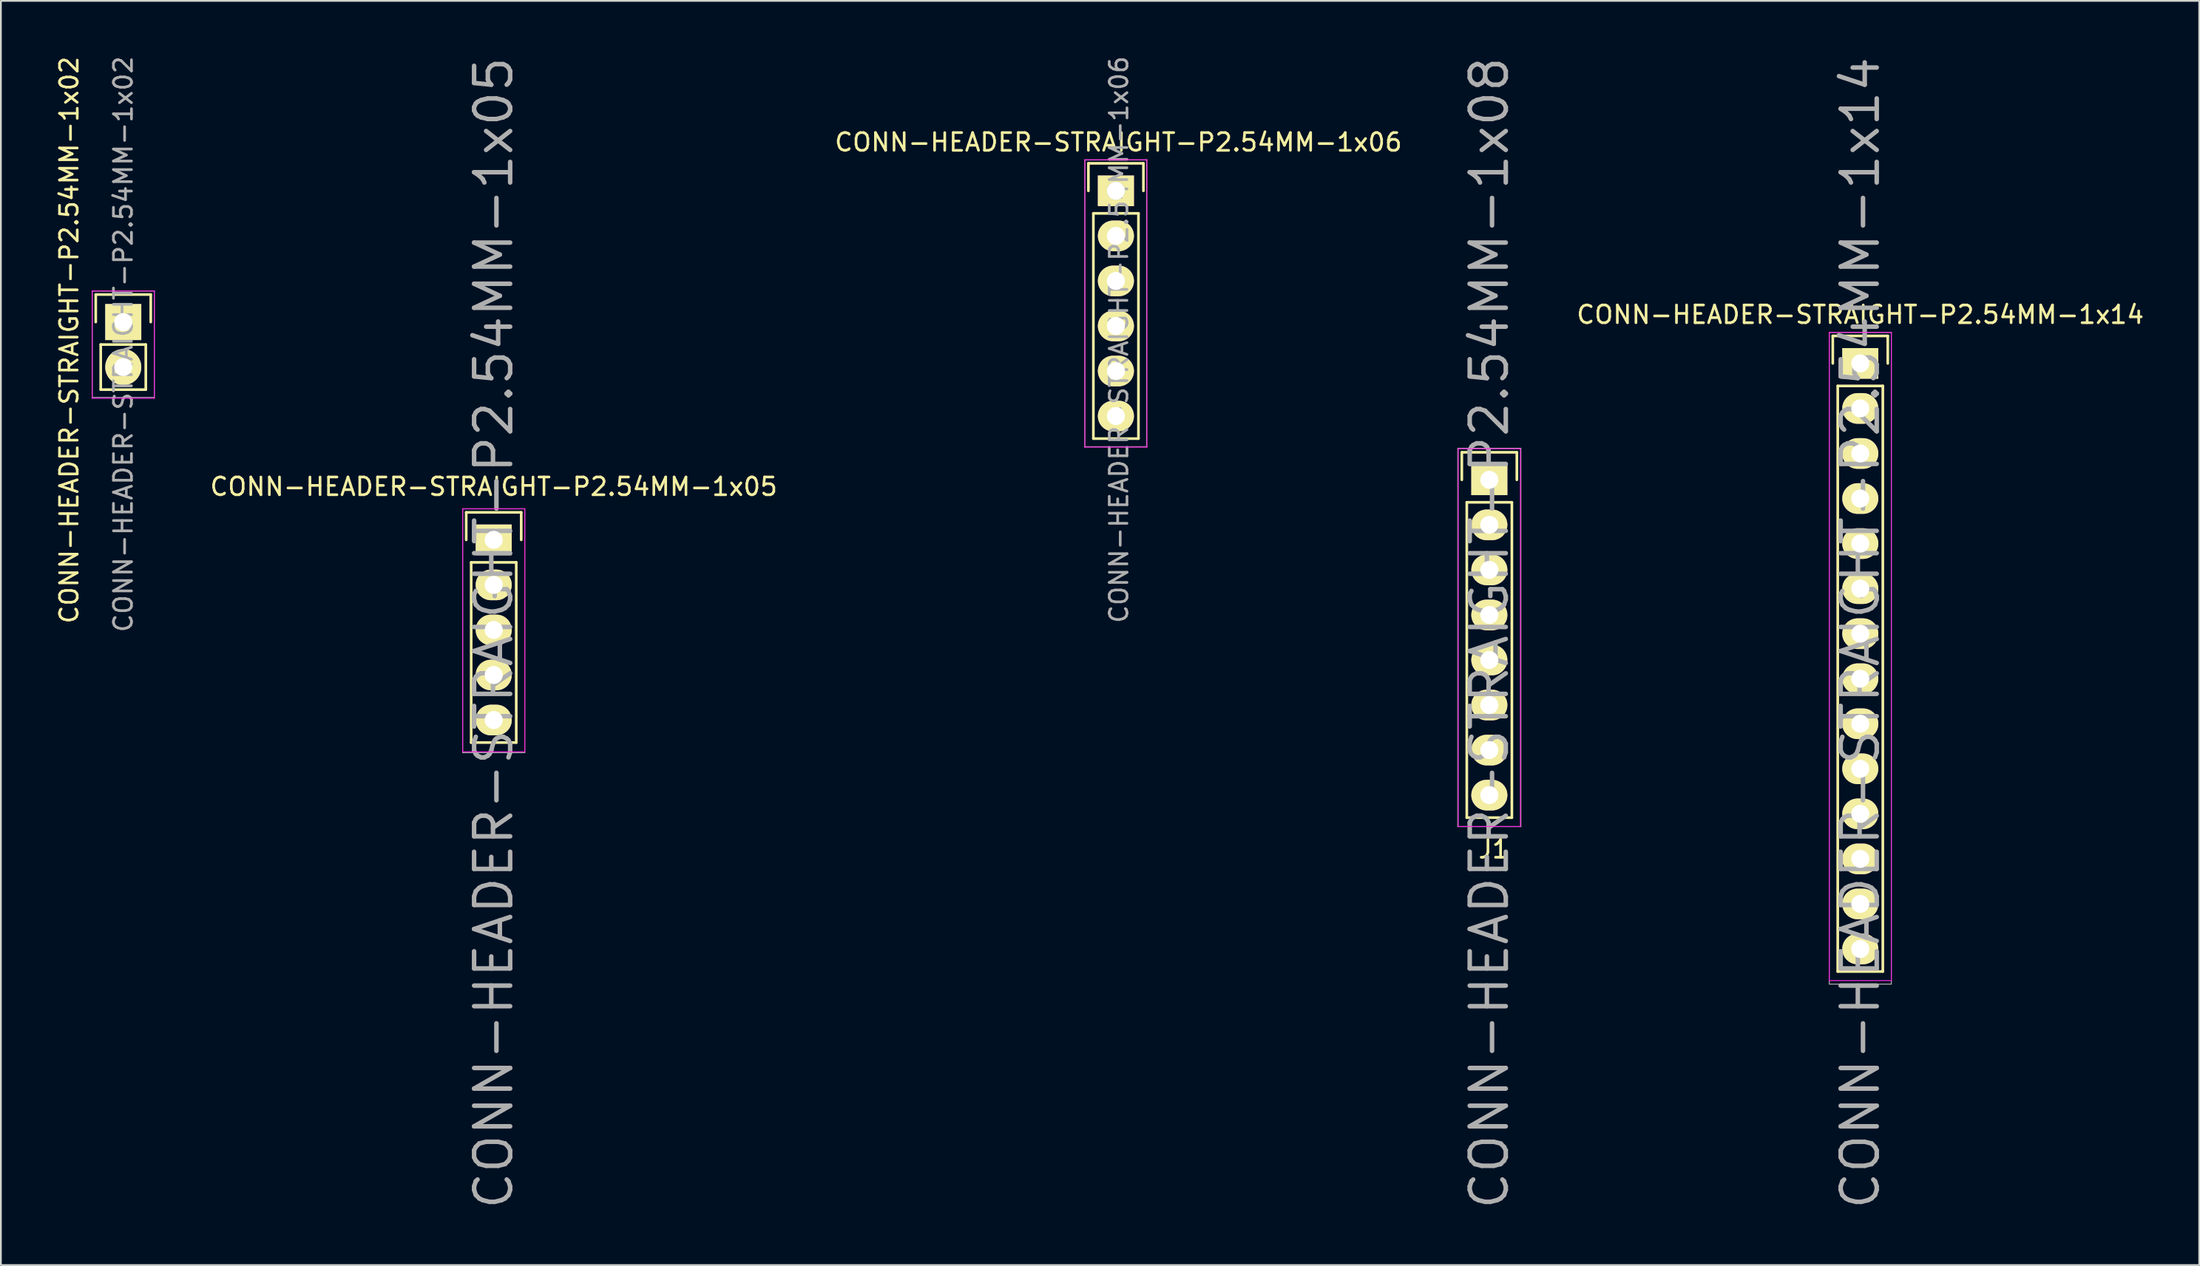
<source format=kicad_pcb>
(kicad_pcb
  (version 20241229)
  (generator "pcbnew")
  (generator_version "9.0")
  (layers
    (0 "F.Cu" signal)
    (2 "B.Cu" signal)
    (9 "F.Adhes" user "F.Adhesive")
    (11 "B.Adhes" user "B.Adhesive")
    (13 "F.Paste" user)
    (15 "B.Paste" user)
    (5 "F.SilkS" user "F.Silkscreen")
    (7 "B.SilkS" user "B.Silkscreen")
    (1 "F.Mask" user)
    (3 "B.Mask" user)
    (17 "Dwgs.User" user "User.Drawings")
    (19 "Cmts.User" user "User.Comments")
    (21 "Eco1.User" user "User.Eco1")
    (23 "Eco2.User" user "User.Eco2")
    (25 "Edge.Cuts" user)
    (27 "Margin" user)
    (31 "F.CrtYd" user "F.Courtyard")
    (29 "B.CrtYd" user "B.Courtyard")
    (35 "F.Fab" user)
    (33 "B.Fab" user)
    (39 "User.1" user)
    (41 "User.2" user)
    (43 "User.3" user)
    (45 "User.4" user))
  (footprint "CONN-HEADER-STRAIGHT-P2.54MM-1x08"
    (layer "F.Cu")
    (at 80.879 24.005)
    (property "Reference" "CONN-HEADER-STRAIGHT-P2.54MM-1x08" (at 0 8.636 90) (layer "F.Fab") (effects (font (size 2.032 2.032) (thickness 0.254))))
    (attr through_hole)
    (fp_line (start -1.55 -1.55) (end 1.55 -1.55) (stroke (width 0.15) (type solid)) (layer "F.SilkS"))
    (fp_line (start -1.55 0) (end -1.55 -1.55) (stroke (width 0.15) (type solid)) (layer "F.SilkS"))
    (fp_line (start -1.27 19.05) (end -1.27 1.27) (stroke (width 0.15) (type solid)) (layer "F.SilkS"))
    (fp_line (start 1.27 1.27) (end -1.27 1.27) (stroke (width 0.15) (type solid)) (layer "F.SilkS"))
    (fp_line (start 1.27 1.27) (end 1.27 19.05) (stroke (width 0.15) (type solid)) (layer "F.SilkS"))
    (fp_line (start 1.27 19.05) (end -1.27 19.05) (stroke (width 0.15) (type solid)) (layer "F.SilkS"))
    (fp_line (start 1.55 -1.55) (end 1.55 0) (stroke (width 0.15) (type solid)) (layer "F.SilkS"))
    (fp_line (start -1.75 -1.75) (end -1.75 19.55) (stroke (width 0.05) (type solid)) (layer "F.CrtYd"))
    (fp_line (start -1.75 -1.75) (end 1.75 -1.75) (stroke (width 0.05) (type solid)) (layer "F.CrtYd"))
    (fp_line (start -1.75 19.55) (end 1.75 19.55) (stroke (width 0.05) (type solid)) (layer "F.CrtYd"))
    (fp_line (start 1.75 -1.75) (end 1.75 19.55) (stroke (width 0.05) (type solid)) (layer "F.CrtYd"))
    (fp_line (start -1.778 -1.778) (end 1.778 -1.778) (stroke (width 0.05) (type solid)) (layer "F.Fab"))
    (fp_line (start -1.778 19.558) (end -1.778 -1.778) (stroke (width 0.05) (type solid)) (layer "F.Fab"))
    (fp_line (start 1.778 -1.778) (end 1.778 19.558) (stroke (width 0.05) (type solid)) (layer "F.Fab"))
    (fp_line (start 1.778 19.558) (end -1.778 19.558) (stroke (width 0.05) (type solid)) (layer "F.Fab"))
    (fp_text user "J1" (at 0.254 20.828 0) (layer "F.SilkS") (effects (font (size 1 1) (thickness 0.15))))
    (pad "1" thru_hole rect (at 0 0) (size 2.032 1.727) (drill 1.016) (layers "*.Cu" "*.Mask" "F.SilkS"))
    (pad "2" thru_hole oval (at 0 2.54) (size 2.032 1.727) (drill 1.016) (layers "*.Cu" "*.Mask" "F.SilkS"))
    (pad "3" thru_hole oval (at 0 5.08) (size 2.032 1.727) (drill 1.016) (layers "*.Cu" "*.Mask" "F.SilkS"))
    (pad "4" thru_hole oval (at 0 7.62) (size 2.032 1.727) (drill 1.016) (layers "*.Cu" "*.Mask" "F.SilkS"))
    (pad "5" thru_hole oval (at 0 10.16) (size 2.032 1.727) (drill 1.016) (layers "*.Cu" "*.Mask" "F.SilkS"))
    (pad "6" thru_hole oval (at 0 12.7) (size 2.032 1.727) (drill 1.016) (layers "*.Cu" "*.Mask" "F.SilkS"))
    (pad "7" thru_hole oval (at 0 15.24) (size 2.032 1.727) (drill 1.016) (layers "*.Cu" "*.Mask" "F.SilkS"))
    (pad "8" thru_hole oval (at 0 17.78) (size 2.032 1.727) (drill 1.016) (layers "*.Cu" "*.Mask" "F.SilkS")))
  (footprint "CONN-HEADER-STRAIGHT-P2.54MM-1x02"
    (layer "F.Cu")
    (at 3.896 15.109)
    (property "Reference" "CONN-HEADER-STRAIGHT-P2.54MM-1x02" (at 0 1.25 90) (layer "F.Fab") (effects (font (size 1.016 1.016) (thickness 0.152))))
    (attr through_hole)
    (fp_line (start -1.55 -1.55) (end 1.55 -1.55) (stroke (width 0.15) (type solid)) (layer "F.SilkS"))
    (fp_line (start -1.55 0) (end -1.55 -1.55) (stroke (width 0.15) (type solid)) (layer "F.SilkS"))
    (fp_line (start -1.27 1.27) (end -1.27 3.81) (stroke (width 0.15) (type solid)) (layer "F.SilkS"))
    (fp_line (start -1.27 3.81) (end 1.27 3.81) (stroke (width 0.15) (type solid)) (layer "F.SilkS"))
    (fp_line (start 1.27 1.27) (end -1.27 1.27) (stroke (width 0.15) (type solid)) (layer "F.SilkS"))
    (fp_line (start 1.27 1.27) (end 1.27 3.81) (stroke (width 0.15) (type solid)) (layer "F.SilkS"))
    (fp_line (start 1.55 -1.55) (end 1.55 0) (stroke (width 0.15) (type solid)) (layer "F.SilkS"))
    (fp_line (start -1.75 -1.75) (end -1.75 4.3) (stroke (width 0.05) (type solid)) (layer "F.CrtYd"))
    (fp_line (start -1.75 -1.75) (end 1.75 -1.75) (stroke (width 0.05) (type solid)) (layer "F.CrtYd"))
    (fp_line (start -1.75 4.3) (end 1.75 4.3) (stroke (width 0.05) (type solid)) (layer "F.CrtYd"))
    (fp_line (start 1.75 -1.75) (end 1.75 4.3) (stroke (width 0.05) (type solid)) (layer "F.CrtYd"))
    (fp_line (start -1.75 -1.75) (end -1.75 4.25) (stroke (width 0.05) (type solid)) (layer "F.Fab"))
    (fp_line (start 1.75 -1.75) (end -1.75 -1.75) (stroke (width 0.05) (type solid)) (layer "F.Fab"))
    (fp_line (start 1.75 4.25) (end -1.75 4.25) (stroke (width 0.05) (type solid)) (layer "F.Fab"))
    (fp_line (start 1.75 4.25) (end 1.75 -1.75) (stroke (width 0.05) (type solid)) (layer "F.Fab"))
    (fp_text user "${REFERENCE}" (at -3.048 1.016 90) (layer "F.SilkS") (effects (font (size 1 1) (thickness 0.15))))
    (pad "1" thru_hole rect (at 0 0) (size 2.032 2.032) (drill 1.016) (layers "*.Cu" "*.Mask" "F.SilkS"))
    (pad "2" thru_hole oval (at 0 2.54) (size 2.032 2.032) (drill 1.016) (layers "*.Cu" "*.Mask" "F.SilkS")))
  (footprint "CONN-HEADER-STRAIGHT-P2.54MM-1x06"
    (layer "F.Cu")
    (at 59.835 7.711)
    (property "Reference" "CONN-HEADER-STRAIGHT-P2.54MM-1x06" (at 0.17 8.39 90) (layer "F.Fab") (effects (font (size 1 1) (thickness 0.15))))
    (attr through_hole)
    (fp_line (start -1.55 -1.55) (end 1.55 -1.55) (stroke (width 0.15) (type solid)) (layer "F.SilkS"))
    (fp_line (start -1.55 0) (end -1.55 -1.55) (stroke (width 0.15) (type solid)) (layer "F.SilkS"))
    (fp_line (start -1.27 13.97) (end -1.27 1.27) (stroke (width 0.15) (type solid)) (layer "F.SilkS"))
    (fp_line (start 1.27 1.27) (end -1.27 1.27) (stroke (width 0.15) (type solid)) (layer "F.SilkS"))
    (fp_line (start 1.27 1.27) (end 1.27 13.97) (stroke (width 0.15) (type solid)) (layer "F.SilkS"))
    (fp_line (start 1.27 13.97) (end -1.27 13.97) (stroke (width 0.15) (type solid)) (layer "F.SilkS"))
    (fp_line (start 1.55 -1.55) (end 1.55 0) (stroke (width 0.15) (type solid)) (layer "F.SilkS"))
    (fp_line (start -1.75 -1.75) (end -1.75 14.45) (stroke (width 0.05) (type solid)) (layer "F.CrtYd"))
    (fp_line (start -1.75 -1.75) (end 1.75 -1.75) (stroke (width 0.05) (type solid)) (layer "F.CrtYd"))
    (fp_line (start -1.75 14.45) (end 1.75 14.45) (stroke (width 0.05) (type solid)) (layer "F.CrtYd"))
    (fp_line (start 1.75 -1.75) (end 1.75 14.45) (stroke (width 0.05) (type solid)) (layer "F.CrtYd"))
    (fp_line (start -1.77 14.43) (end 1.73 14.43) (stroke (width 0.05) (type solid)) (layer "F.Fab"))
    (fp_line (start -1.76 -1.74) (end 1.74 -1.74) (stroke (width 0.05) (type solid)) (layer "F.Fab"))
    (fp_line (start -1.75 -1.75) (end -1.75 14.45) (stroke (width 0.05) (type solid)) (layer "F.Fab"))
    (fp_line (start 1.73 -1.76) (end 1.73 14.44) (stroke (width 0.05) (type solid)) (layer "F.Fab"))
    (fp_circle (center 0 0) (end 0.254 0.254) (stroke (width 0.3) (type solid)) (fill no) (layer "F.Fab"))
    (fp_text user "${REFERENCE}" (at 0.14 -2.74 180) (layer "F.SilkS") (effects (font (size 1 1) (thickness 0.15))))
    (pad "1" thru_hole rect (at 0 0) (size 2.032 1.727) (drill 1.016) (layers "*.Cu" "*.Mask" "F.SilkS"))
    (pad "2" thru_hole oval (at 0 2.54) (size 2.032 1.727) (drill 1.016) (layers "*.Cu" "*.Mask" "F.SilkS"))
    (pad "3" thru_hole oval (at 0 5.08) (size 2.032 1.727) (drill 1.016) (layers "*.Cu" "*.Mask" "F.SilkS"))
    (pad "4" thru_hole oval (at 0 7.62) (size 2.032 1.727) (drill 1.016) (layers "*.Cu" "*.Mask" "F.SilkS"))
    (pad "5" thru_hole oval (at 0 10.16) (size 2.032 1.727) (drill 1.016) (layers "*.Cu" "*.Mask" "F.SilkS"))
    (pad "6" thru_hole oval (at 0 12.7) (size 2.032 1.727) (drill 1.016) (layers "*.Cu" "*.Mask" "F.SilkS")))
  (footprint "CONN-HEADER-STRAIGHT-P2.54MM-1x05"
    (layer "F.Cu")
    (at 24.772 27.391)
    (property "Reference" "CONN-HEADER-STRAIGHT-P2.54MM-1x05" (at 0 5.25 90) (layer "F.Fab") (effects (font (size 2.032 2.032) (thickness 0.254))))
    (attr through_hole)
    (fp_line (start -1.55 -1.55) (end 1.55 -1.55) (stroke (width 0.15) (type solid)) (layer "F.SilkS"))
    (fp_line (start -1.55 0) (end -1.55 -1.55) (stroke (width 0.15) (type solid)) (layer "F.SilkS"))
    (fp_line (start -1.27 11.43) (end -1.27 1.27) (stroke (width 0.15) (type solid)) (layer "F.SilkS"))
    (fp_line (start 1.27 1.27) (end -1.27 1.27) (stroke (width 0.15) (type solid)) (layer "F.SilkS"))
    (fp_line (start 1.27 1.27) (end 1.27 11.43) (stroke (width 0.15) (type solid)) (layer "F.SilkS"))
    (fp_line (start 1.27 11.43) (end -1.27 11.43) (stroke (width 0.15) (type solid)) (layer "F.SilkS"))
    (fp_line (start 1.55 -1.55) (end 1.55 0) (stroke (width 0.15) (type solid)) (layer "F.SilkS"))
    (fp_line (start -1.75 -1.75) (end -1.75 11.95) (stroke (width 0.05) (type solid)) (layer "F.CrtYd"))
    (fp_line (start -1.75 -1.75) (end 1.75 -1.75) (stroke (width 0.05) (type solid)) (layer "F.CrtYd"))
    (fp_line (start -1.75 11.95) (end 1.75 11.95) (stroke (width 0.05) (type solid)) (layer "F.CrtYd"))
    (fp_line (start 1.75 -1.75) (end 1.75 11.95) (stroke (width 0.05) (type solid)) (layer "F.CrtYd"))
    (fp_line (start -1.75 -1.75) (end -1.75 12) (stroke (width 0.051) (type solid)) (layer "F.Fab"))
    (fp_line (start -1.75 12) (end 1.75 12) (stroke (width 0.051) (type solid)) (layer "F.Fab"))
    (fp_line (start 1.75 -1.75) (end -1.75 -1.75) (stroke (width 0.051) (type solid)) (layer "F.Fab"))
    (fp_line (start 1.75 12) (end 1.75 -1.75) (stroke (width 0.051) (type solid)) (layer "F.Fab"))
    (fp_text user "${REFERENCE}" (at 0 -3 0) (layer "F.SilkS") (effects (font (size 1 1) (thickness 0.15))))
    (pad "1" thru_hole rect (at 0 0) (size 2.032 1.727) (drill 1.016) (layers "*.Cu" "*.Mask" "F.SilkS"))
    (pad "2" thru_hole oval (at 0 2.54) (size 2.032 1.727) (drill 1.016) (layers "*.Cu" "*.Mask" "F.SilkS"))
    (pad "3" thru_hole oval (at 0 5.08) (size 2.032 1.727) (drill 1.016) (layers "*.Cu" "*.Mask" "F.SilkS"))
    (pad "4" thru_hole oval (at 0 7.62) (size 2.032 1.727) (drill 1.016) (layers "*.Cu" "*.Mask" "F.SilkS"))
    (pad "5" thru_hole oval (at 0 10.16) (size 2.032 1.727) (drill 1.016) (layers "*.Cu" "*.Mask" "F.SilkS")))
  (footprint "CONN-HEADER-STRAIGHT-P2.54MM-1x14"
    (layer "F.Cu")
    (at 101.783 17.441)
    (property "Reference" "CONN-HEADER-STRAIGHT-P2.54MM-1x14" (at 0 15.2 90) (layer "F.Fab") (effects (font (size 2.032 2.032) (thickness 0.254))))
    (attr through_hole)
    (fp_line (start -1.55 -1.55) (end 1.55 -1.55) (stroke (width 0.15) (type solid)) (layer "F.SilkS"))
    (fp_line (start -1.55 0) (end -1.55 -1.55) (stroke (width 0.15) (type solid)) (layer "F.SilkS"))
    (fp_line (start -1.27 1.27) (end -1.27 34.29) (stroke (width 0.15) (type solid)) (layer "F.SilkS"))
    (fp_line (start -1.27 34.29) (end 1.27 34.29) (stroke (width 0.15) (type solid)) (layer "F.SilkS"))
    (fp_line (start 1.27 1.27) (end -1.27 1.27) (stroke (width 0.15) (type solid)) (layer "F.SilkS"))
    (fp_line (start 1.27 34.29) (end 1.27 1.27) (stroke (width 0.15) (type solid)) (layer "F.SilkS"))
    (fp_line (start 1.55 -1.55) (end 1.55 0) (stroke (width 0.15) (type solid)) (layer "F.SilkS"))
    (fp_line (start -1.75 -1.75) (end -1.75 34.8) (stroke (width 0.05) (type solid)) (layer "F.CrtYd"))
    (fp_line (start -1.75 -1.75) (end 1.75 -1.75) (stroke (width 0.05) (type solid)) (layer "F.CrtYd"))
    (fp_line (start -1.75 34.8) (end 1.75 34.8) (stroke (width 0.05) (type solid)) (layer "F.CrtYd"))
    (fp_line (start 1.75 -1.75) (end 1.75 34.8) (stroke (width 0.05) (type solid)) (layer "F.CrtYd"))
    (fp_line (start -1.75 -1.75) (end 1.75 -1.75) (stroke (width 0.051) (type solid)) (layer "F.Fab"))
    (fp_line (start -1.75 35) (end -1.75 -1.75) (stroke (width 0.051) (type solid)) (layer "F.Fab"))
    (fp_line (start 1.75 -1.75) (end 1.75 35) (stroke (width 0.051) (type solid)) (layer "F.Fab"))
    (fp_line (start 1.75 35) (end -1.75 35) (stroke (width 0.051) (type solid)) (layer "F.Fab"))
    (fp_text user "${REFERENCE}" (at 0 -2.75 0) (layer "F.SilkS") (effects (font (size 1 1) (thickness 0.15))))
    (pad "1" thru_hole rect (at 0 0) (size 2.032 1.727) (drill 1.016) (layers "*.Cu" "*.Mask" "F.SilkS"))
    (pad "2" thru_hole oval (at 0 2.54) (size 2.032 1.727) (drill 1.016) (layers "*.Cu" "*.Mask" "F.SilkS"))
    (pad "3" thru_hole oval (at 0 5.08) (size 2.032 1.727) (drill 1.016) (layers "*.Cu" "*.Mask" "F.SilkS"))
    (pad "4" thru_hole oval (at 0 7.62) (size 2.032 1.727) (drill 1.016) (layers "*.Cu" "*.Mask" "F.SilkS"))
    (pad "5" thru_hole oval (at 0 10.16) (size 2.032 1.727) (drill 1.016) (layers "*.Cu" "*.Mask" "F.SilkS"))
    (pad "6" thru_hole oval (at 0 12.7) (size 2.032 1.727) (drill 1.016) (layers "*.Cu" "*.Mask" "F.SilkS"))
    (pad "7" thru_hole oval (at 0 15.24) (size 2.032 1.727) (drill 1.016) (layers "*.Cu" "*.Mask" "F.SilkS"))
    (pad "8" thru_hole oval (at 0 17.78) (size 2.032 1.727) (drill 1.016) (layers "*.Cu" "*.Mask" "F.SilkS"))
    (pad "9" thru_hole oval (at 0 20.32) (size 2.032 1.727) (drill 1.016) (layers "*.Cu" "*.Mask" "F.SilkS"))
    (pad "10" thru_hole oval (at 0 22.86) (size 2.032 1.727) (drill 1.016) (layers "*.Cu" "*.Mask" "F.SilkS"))
    (pad "11" thru_hole oval (at 0 25.4) (size 2.032 1.727) (drill 1.016) (layers "*.Cu" "*.Mask" "F.SilkS"))
    (pad "12" thru_hole oval (at 0 27.94) (size 2.032 1.727) (drill 1.016) (layers "*.Cu" "*.Mask" "F.SilkS"))
    (pad "13" thru_hole oval (at 0 30.48) (size 2.032 1.727) (drill 1.016) (layers "*.Cu" "*.Mask" "F.SilkS"))
    (pad "14" thru_hole oval (at 0 33.02) (size 2.032 1.727) (drill 1.016) (layers "*.Cu" "*.Mask" "F.SilkS")))
  (gr_rect
    (start -3 -3)
    (end 120.884 68.283)
    (stroke (width 0.1) (type default))
    (fill no)
    (layer "Edge.Cuts")))
</source>
